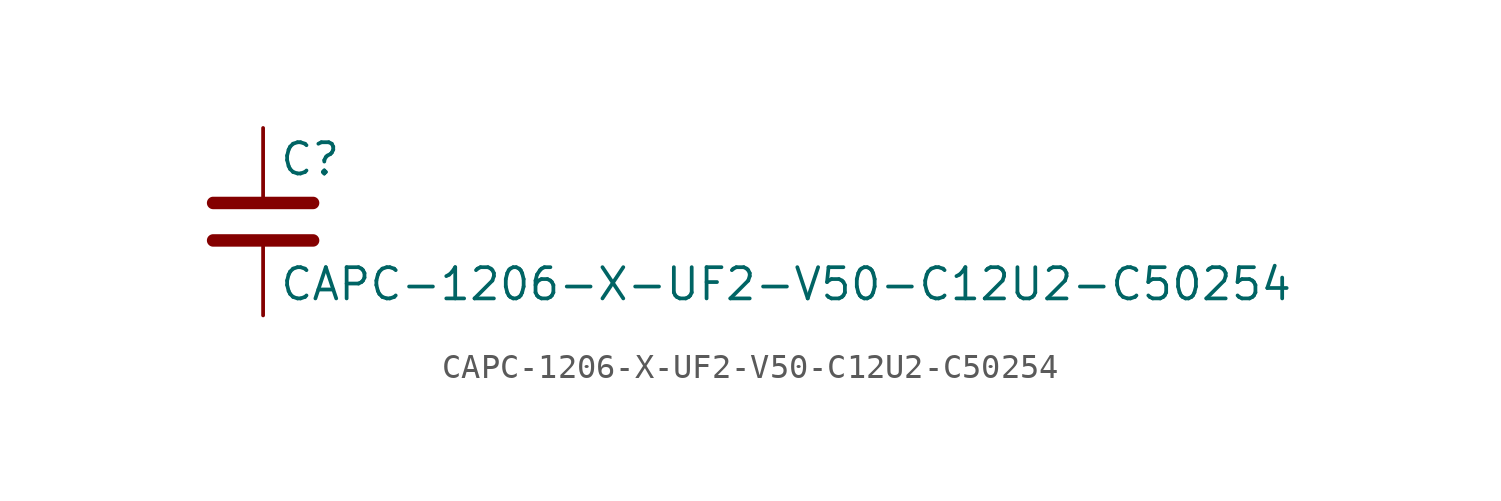
<source format=kicad_sym>
(kicad_symbol_lib
  (version 20211014)
  (generator kicad_symbol_editor)
  (symbol "CAPC-1206-X-UF2-V50-C12U2-C50254"
    (pin_numbers hide)
    (pin_names
      (offset 0.254))
    (property "Reference" "C"
      (at 0.635 2.54 0)
      (effects (font (size 1.27 1.27)) (justify left)))
    (property "Value" "CAPC-1206-X-UF2-V50-C12U2-C50254"
      (at 0.635 -2.54 0)
      (effects (font (size 1.27 1.27)) (justify left)))
    (symbol "CAPC-1206-X-UF2-V50-C12U2-C50254_0_1"
      (polyline (pts (xy -2.032 -0.762) (xy 2.032 -0.762)) (stroke (width 0.508) (type default) (color 0 0 0 0)) (fill (type none)))
      (polyline (pts (xy -2.032 0.762) (xy 2.032 0.762)) (stroke (width 0.508) (type default) (color 0 0 0 0)) (fill (type none))))
    (symbol "CAPC-1206-X-UF2-V50-C12U2-C50254_1_1"
      (pin passive line (at 0 3.81 270) (length 2.794) (name "~" (effects (font (size 1.27 1.27)))) (number "1" (effects (font (size 1.27 1.27)))))
      (pin passive line (at 0 -3.81 90) (length 2.794) (name "~" (effects (font (size 1.27 1.27)))) (number "2" (effects (font (size 1.27 1.27))))))))
</source>
